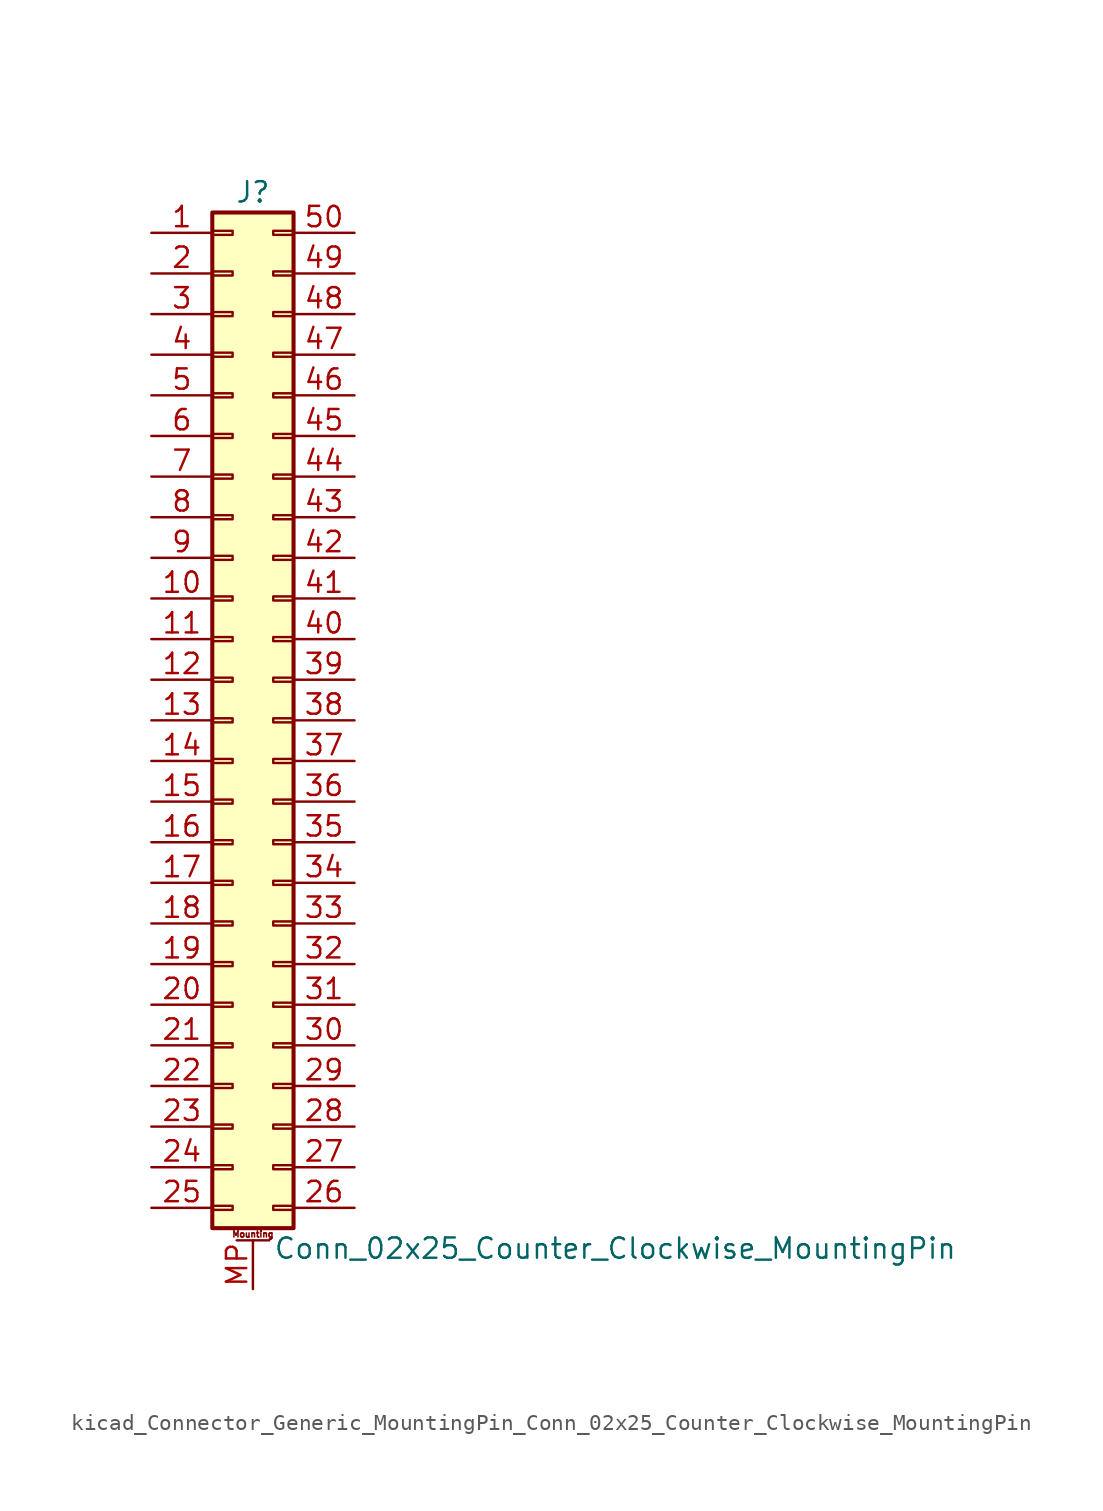
<source format=kicad_sym>
(kicad_symbol_lib
  (version 20220914)
  (generator kicad_symbol_editor)
  (symbol "kicad_Connector_Generic_MountingPin_Conn_02x25_Counter_Clockwise_MountingPin"
    (pin_names
      (offset 1.016) hide)
    (property "Reference" "J"
      (at 1.27 33.02 0)
      (effects (font (size 1.27 1.27))))
    (property "Value" "Conn_02x25_Counter_Clockwise_MountingPin"
      (at 2.54 -33.02 0)
      (effects (font (size 1.27 1.27)) (justify left)))
    (symbol "kicad_Connector_Generic_MountingPin_Conn_02x25_Counter_Clockwise_MountingPin_1_1"
      (rectangle (start -1.27 -30.353) (end 0 -30.607) (stroke (width 0.152) (type default)) (fill (type none)))
      (rectangle (start -1.27 -27.813) (end 0 -28.067) (stroke (width 0.152) (type default)) (fill (type none)))
      (rectangle (start -1.27 -25.273) (end 0 -25.527) (stroke (width 0.152) (type default)) (fill (type none)))
      (rectangle (start -1.27 -22.733) (end 0 -22.987) (stroke (width 0.152) (type default)) (fill (type none)))
      (rectangle (start -1.27 -20.193) (end 0 -20.447) (stroke (width 0.152) (type default)) (fill (type none)))
      (rectangle (start -1.27 -17.653) (end 0 -17.907) (stroke (width 0.152) (type default)) (fill (type none)))
      (rectangle (start -1.27 -15.113) (end 0 -15.367) (stroke (width 0.152) (type default)) (fill (type none)))
      (rectangle (start -1.27 -12.573) (end 0 -12.827) (stroke (width 0.152) (type default)) (fill (type none)))
      (rectangle (start -1.27 -10.033) (end 0 -10.287) (stroke (width 0.152) (type default)) (fill (type none)))
      (rectangle (start -1.27 -7.493) (end 0 -7.747) (stroke (width 0.152) (type default)) (fill (type none)))
      (rectangle (start -1.27 -4.953) (end 0 -5.207) (stroke (width 0.152) (type default)) (fill (type none)))
      (rectangle (start -1.27 -2.413) (end 0 -2.667) (stroke (width 0.152) (type default)) (fill (type none)))
      (rectangle (start -1.27 0.127) (end 0 -0.127) (stroke (width 0.152) (type default)) (fill (type none)))
      (rectangle (start -1.27 2.667) (end 0 2.413) (stroke (width 0.152) (type default)) (fill (type none)))
      (rectangle (start -1.27 5.207) (end 0 4.953) (stroke (width 0.152) (type default)) (fill (type none)))
      (rectangle (start -1.27 7.747) (end 0 7.493) (stroke (width 0.152) (type default)) (fill (type none)))
      (rectangle (start -1.27 10.287) (end 0 10.033) (stroke (width 0.152) (type default)) (fill (type none)))
      (rectangle (start -1.27 12.827) (end 0 12.573) (stroke (width 0.152) (type default)) (fill (type none)))
      (rectangle (start -1.27 15.367) (end 0 15.113) (stroke (width 0.152) (type default)) (fill (type none)))
      (rectangle (start -1.27 17.907) (end 0 17.653) (stroke (width 0.152) (type default)) (fill (type none)))
      (rectangle (start -1.27 20.447) (end 0 20.193) (stroke (width 0.152) (type default)) (fill (type none)))
      (rectangle (start -1.27 22.987) (end 0 22.733) (stroke (width 0.152) (type default)) (fill (type none)))
      (rectangle (start -1.27 25.527) (end 0 25.273) (stroke (width 0.152) (type default)) (fill (type none)))
      (rectangle (start -1.27 28.067) (end 0 27.813) (stroke (width 0.152) (type default)) (fill (type none)))
      (rectangle (start -1.27 30.607) (end 0 30.353) (stroke (width 0.152) (type default)) (fill (type none)))
      (rectangle (start -1.27 31.75) (end 3.81 -31.75) (stroke (width 0.254) (type default)) (fill (type background)))
      (polyline (pts (xy 0.254 -32.512) (xy 2.286 -32.512)) (stroke (width 0.152) (type default)) (fill (type none)))
      (rectangle (start 3.81 -30.353) (end 2.54 -30.607) (stroke (width 0.152) (type default)) (fill (type none)))
      (rectangle (start 3.81 -27.813) (end 2.54 -28.067) (stroke (width 0.152) (type default)) (fill (type none)))
      (rectangle (start 3.81 -25.273) (end 2.54 -25.527) (stroke (width 0.152) (type default)) (fill (type none)))
      (rectangle (start 3.81 -22.733) (end 2.54 -22.987) (stroke (width 0.152) (type default)) (fill (type none)))
      (rectangle (start 3.81 -20.193) (end 2.54 -20.447) (stroke (width 0.152) (type default)) (fill (type none)))
      (rectangle (start 3.81 -17.653) (end 2.54 -17.907) (stroke (width 0.152) (type default)) (fill (type none)))
      (rectangle (start 3.81 -15.113) (end 2.54 -15.367) (stroke (width 0.152) (type default)) (fill (type none)))
      (rectangle (start 3.81 -12.573) (end 2.54 -12.827) (stroke (width 0.152) (type default)) (fill (type none)))
      (rectangle (start 3.81 -10.033) (end 2.54 -10.287) (stroke (width 0.152) (type default)) (fill (type none)))
      (rectangle (start 3.81 -7.493) (end 2.54 -7.747) (stroke (width 0.152) (type default)) (fill (type none)))
      (rectangle (start 3.81 -4.953) (end 2.54 -5.207) (stroke (width 0.152) (type default)) (fill (type none)))
      (rectangle (start 3.81 -2.413) (end 2.54 -2.667) (stroke (width 0.152) (type default)) (fill (type none)))
      (rectangle (start 3.81 0.127) (end 2.54 -0.127) (stroke (width 0.152) (type default)) (fill (type none)))
      (rectangle (start 3.81 2.667) (end 2.54 2.413) (stroke (width 0.152) (type default)) (fill (type none)))
      (rectangle (start 3.81 5.207) (end 2.54 4.953) (stroke (width 0.152) (type default)) (fill (type none)))
      (rectangle (start 3.81 7.747) (end 2.54 7.493) (stroke (width 0.152) (type default)) (fill (type none)))
      (rectangle (start 3.81 10.287) (end 2.54 10.033) (stroke (width 0.152) (type default)) (fill (type none)))
      (rectangle (start 3.81 12.827) (end 2.54 12.573) (stroke (width 0.152) (type default)) (fill (type none)))
      (rectangle (start 3.81 15.367) (end 2.54 15.113) (stroke (width 0.152) (type default)) (fill (type none)))
      (rectangle (start 3.81 17.907) (end 2.54 17.653) (stroke (width 0.152) (type default)) (fill (type none)))
      (rectangle (start 3.81 20.447) (end 2.54 20.193) (stroke (width 0.152) (type default)) (fill (type none)))
      (rectangle (start 3.81 22.987) (end 2.54 22.733) (stroke (width 0.152) (type default)) (fill (type none)))
      (rectangle (start 3.81 25.527) (end 2.54 25.273) (stroke (width 0.152) (type default)) (fill (type none)))
      (rectangle (start 3.81 28.067) (end 2.54 27.813) (stroke (width 0.152) (type default)) (fill (type none)))
      (rectangle (start 3.81 30.607) (end 2.54 30.353) (stroke (width 0.152) (type default)) (fill (type none)))
      (text "Mounting" (at 1.27 -32.131 0) (effects (font (size 0.381 0.381))))
      (pin passive line (at -5.08 30.48 0) (length 3.81) (name "Pin_1" (effects (font (size 1.27 1.27)))) (number "1" (effects (font (size 1.27 1.27)))))
      (pin passive line (at -5.08 7.62 0) (length 3.81) (name "Pin_10" (effects (font (size 1.27 1.27)))) (number "10" (effects (font (size 1.27 1.27)))))
      (pin passive line (at -5.08 5.08 0) (length 3.81) (name "Pin_11" (effects (font (size 1.27 1.27)))) (number "11" (effects (font (size 1.27 1.27)))))
      (pin passive line (at -5.08 2.54 0) (length 3.81) (name "Pin_12" (effects (font (size 1.27 1.27)))) (number "12" (effects (font (size 1.27 1.27)))))
      (pin passive line (at -5.08 0 0) (length 3.81) (name "Pin_13" (effects (font (size 1.27 1.27)))) (number "13" (effects (font (size 1.27 1.27)))))
      (pin passive line (at -5.08 -2.54 0) (length 3.81) (name "Pin_14" (effects (font (size 1.27 1.27)))) (number "14" (effects (font (size 1.27 1.27)))))
      (pin passive line (at -5.08 -5.08 0) (length 3.81) (name "Pin_15" (effects (font (size 1.27 1.27)))) (number "15" (effects (font (size 1.27 1.27)))))
      (pin passive line (at -5.08 -7.62 0) (length 3.81) (name "Pin_16" (effects (font (size 1.27 1.27)))) (number "16" (effects (font (size 1.27 1.27)))))
      (pin passive line (at -5.08 -10.16 0) (length 3.81) (name "Pin_17" (effects (font (size 1.27 1.27)))) (number "17" (effects (font (size 1.27 1.27)))))
      (pin passive line (at -5.08 -12.7 0) (length 3.81) (name "Pin_18" (effects (font (size 1.27 1.27)))) (number "18" (effects (font (size 1.27 1.27)))))
      (pin passive line (at -5.08 -15.24 0) (length 3.81) (name "Pin_19" (effects (font (size 1.27 1.27)))) (number "19" (effects (font (size 1.27 1.27)))))
      (pin passive line (at -5.08 27.94 0) (length 3.81) (name "Pin_2" (effects (font (size 1.27 1.27)))) (number "2" (effects (font (size 1.27 1.27)))))
      (pin passive line (at -5.08 -17.78 0) (length 3.81) (name "Pin_20" (effects (font (size 1.27 1.27)))) (number "20" (effects (font (size 1.27 1.27)))))
      (pin passive line (at -5.08 -20.32 0) (length 3.81) (name "Pin_21" (effects (font (size 1.27 1.27)))) (number "21" (effects (font (size 1.27 1.27)))))
      (pin passive line (at -5.08 -22.86 0) (length 3.81) (name "Pin_22" (effects (font (size 1.27 1.27)))) (number "22" (effects (font (size 1.27 1.27)))))
      (pin passive line (at -5.08 -25.4 0) (length 3.81) (name "Pin_23" (effects (font (size 1.27 1.27)))) (number "23" (effects (font (size 1.27 1.27)))))
      (pin passive line (at -5.08 -27.94 0) (length 3.81) (name "Pin_24" (effects (font (size 1.27 1.27)))) (number "24" (effects (font (size 1.27 1.27)))))
      (pin passive line (at -5.08 -30.48 0) (length 3.81) (name "Pin_25" (effects (font (size 1.27 1.27)))) (number "25" (effects (font (size 1.27 1.27)))))
      (pin passive line (at 7.62 -30.48 180) (length 3.81) (name "Pin_26" (effects (font (size 1.27 1.27)))) (number "26" (effects (font (size 1.27 1.27)))))
      (pin passive line (at 7.62 -27.94 180) (length 3.81) (name "Pin_27" (effects (font (size 1.27 1.27)))) (number "27" (effects (font (size 1.27 1.27)))))
      (pin passive line (at 7.62 -25.4 180) (length 3.81) (name "Pin_28" (effects (font (size 1.27 1.27)))) (number "28" (effects (font (size 1.27 1.27)))))
      (pin passive line (at 7.62 -22.86 180) (length 3.81) (name "Pin_29" (effects (font (size 1.27 1.27)))) (number "29" (effects (font (size 1.27 1.27)))))
      (pin passive line (at -5.08 25.4 0) (length 3.81) (name "Pin_3" (effects (font (size 1.27 1.27)))) (number "3" (effects (font (size 1.27 1.27)))))
      (pin passive line (at 7.62 -20.32 180) (length 3.81) (name "Pin_30" (effects (font (size 1.27 1.27)))) (number "30" (effects (font (size 1.27 1.27)))))
      (pin passive line (at 7.62 -17.78 180) (length 3.81) (name "Pin_31" (effects (font (size 1.27 1.27)))) (number "31" (effects (font (size 1.27 1.27)))))
      (pin passive line (at 7.62 -15.24 180) (length 3.81) (name "Pin_32" (effects (font (size 1.27 1.27)))) (number "32" (effects (font (size 1.27 1.27)))))
      (pin passive line (at 7.62 -12.7 180) (length 3.81) (name "Pin_33" (effects (font (size 1.27 1.27)))) (number "33" (effects (font (size 1.27 1.27)))))
      (pin passive line (at 7.62 -10.16 180) (length 3.81) (name "Pin_34" (effects (font (size 1.27 1.27)))) (number "34" (effects (font (size 1.27 1.27)))))
      (pin passive line (at 7.62 -7.62 180) (length 3.81) (name "Pin_35" (effects (font (size 1.27 1.27)))) (number "35" (effects (font (size 1.27 1.27)))))
      (pin passive line (at 7.62 -5.08 180) (length 3.81) (name "Pin_36" (effects (font (size 1.27 1.27)))) (number "36" (effects (font (size 1.27 1.27)))))
      (pin passive line (at 7.62 -2.54 180) (length 3.81) (name "Pin_37" (effects (font (size 1.27 1.27)))) (number "37" (effects (font (size 1.27 1.27)))))
      (pin passive line (at 7.62 0 180) (length 3.81) (name "Pin_38" (effects (font (size 1.27 1.27)))) (number "38" (effects (font (size 1.27 1.27)))))
      (pin passive line (at 7.62 2.54 180) (length 3.81) (name "Pin_39" (effects (font (size 1.27 1.27)))) (number "39" (effects (font (size 1.27 1.27)))))
      (pin passive line (at -5.08 22.86 0) (length 3.81) (name "Pin_4" (effects (font (size 1.27 1.27)))) (number "4" (effects (font (size 1.27 1.27)))))
      (pin passive line (at 7.62 5.08 180) (length 3.81) (name "Pin_40" (effects (font (size 1.27 1.27)))) (number "40" (effects (font (size 1.27 1.27)))))
      (pin passive line (at 7.62 7.62 180) (length 3.81) (name "Pin_41" (effects (font (size 1.27 1.27)))) (number "41" (effects (font (size 1.27 1.27)))))
      (pin passive line (at 7.62 10.16 180) (length 3.81) (name "Pin_42" (effects (font (size 1.27 1.27)))) (number "42" (effects (font (size 1.27 1.27)))))
      (pin passive line (at 7.62 12.7 180) (length 3.81) (name "Pin_43" (effects (font (size 1.27 1.27)))) (number "43" (effects (font (size 1.27 1.27)))))
      (pin passive line (at 7.62 15.24 180) (length 3.81) (name "Pin_44" (effects (font (size 1.27 1.27)))) (number "44" (effects (font (size 1.27 1.27)))))
      (pin passive line (at 7.62 17.78 180) (length 3.81) (name "Pin_45" (effects (font (size 1.27 1.27)))) (number "45" (effects (font (size 1.27 1.27)))))
      (pin passive line (at 7.62 20.32 180) (length 3.81) (name "Pin_46" (effects (font (size 1.27 1.27)))) (number "46" (effects (font (size 1.27 1.27)))))
      (pin passive line (at 7.62 22.86 180) (length 3.81) (name "Pin_47" (effects (font (size 1.27 1.27)))) (number "47" (effects (font (size 1.27 1.27)))))
      (pin passive line (at 7.62 25.4 180) (length 3.81) (name "Pin_48" (effects (font (size 1.27 1.27)))) (number "48" (effects (font (size 1.27 1.27)))))
      (pin passive line (at 7.62 27.94 180) (length 3.81) (name "Pin_49" (effects (font (size 1.27 1.27)))) (number "49" (effects (font (size 1.27 1.27)))))
      (pin passive line (at -5.08 20.32 0) (length 3.81) (name "Pin_5" (effects (font (size 1.27 1.27)))) (number "5" (effects (font (size 1.27 1.27)))))
      (pin passive line (at 7.62 30.48 180) (length 3.81) (name "Pin_50" (effects (font (size 1.27 1.27)))) (number "50" (effects (font (size 1.27 1.27)))))
      (pin passive line (at -5.08 17.78 0) (length 3.81) (name "Pin_6" (effects (font (size 1.27 1.27)))) (number "6" (effects (font (size 1.27 1.27)))))
      (pin passive line (at -5.08 15.24 0) (length 3.81) (name "Pin_7" (effects (font (size 1.27 1.27)))) (number "7" (effects (font (size 1.27 1.27)))))
      (pin passive line (at -5.08 12.7 0) (length 3.81) (name "Pin_8" (effects (font (size 1.27 1.27)))) (number "8" (effects (font (size 1.27 1.27)))))
      (pin passive line (at -5.08 10.16 0) (length 3.81) (name "Pin_9" (effects (font (size 1.27 1.27)))) (number "9" (effects (font (size 1.27 1.27)))))
      (pin passive line (at 1.27 -35.56 90) (length 3.048) (name "MountPin" (effects (font (size 1.27 1.27)))) (number "MP" (effects (font (size 1.27 1.27))))))))
</source>
